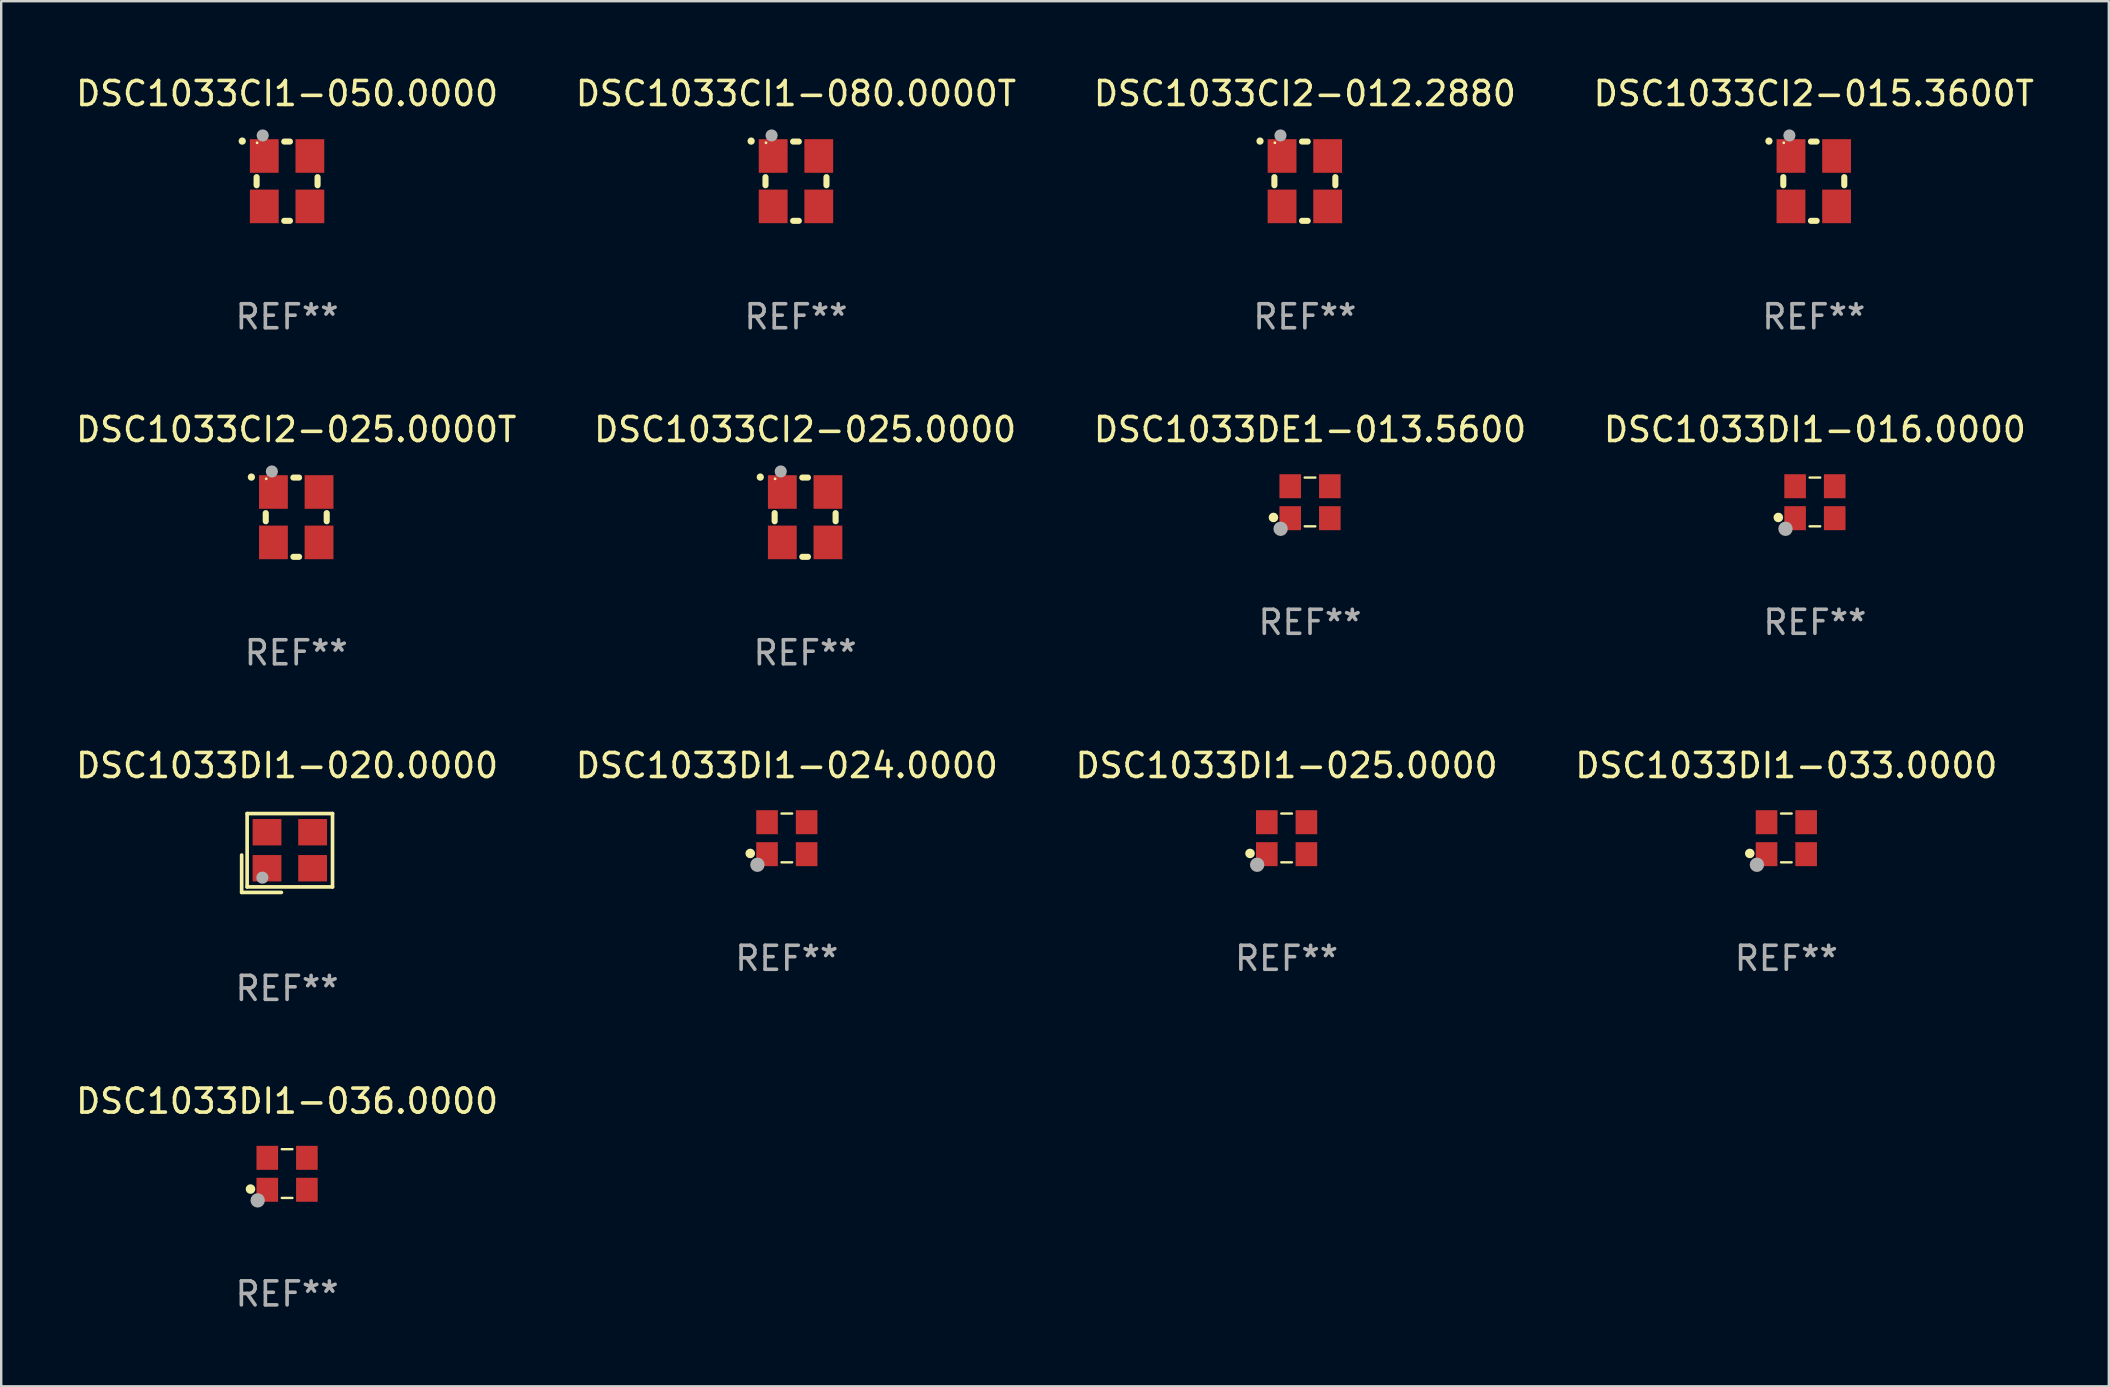
<source format=kicad_pcb>
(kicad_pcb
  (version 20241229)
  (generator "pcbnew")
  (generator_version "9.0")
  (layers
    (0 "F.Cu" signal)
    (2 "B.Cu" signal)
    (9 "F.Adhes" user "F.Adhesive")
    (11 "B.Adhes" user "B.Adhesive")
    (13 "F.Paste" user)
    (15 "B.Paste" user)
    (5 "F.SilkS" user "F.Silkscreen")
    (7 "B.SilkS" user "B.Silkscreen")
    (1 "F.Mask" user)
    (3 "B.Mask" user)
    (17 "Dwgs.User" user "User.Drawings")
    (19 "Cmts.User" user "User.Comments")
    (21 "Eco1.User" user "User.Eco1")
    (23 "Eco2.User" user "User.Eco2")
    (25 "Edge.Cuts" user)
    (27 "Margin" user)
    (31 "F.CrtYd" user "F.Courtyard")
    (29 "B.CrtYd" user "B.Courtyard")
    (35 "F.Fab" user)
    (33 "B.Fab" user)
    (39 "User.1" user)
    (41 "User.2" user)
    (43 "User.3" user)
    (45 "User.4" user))
  (footprint "DSC1033CI2-012.2880"
    (layer "F.Cu")
    (at 51.315 4.499)
    (property "Reference" "DSC1033CI2-012.2880" (at 0 -3.651 0) (layer "F.SilkS") (effects (font (size 1 1) (thickness 0.15))))
    (attr through_hole)
    (fp_line (start -1.27 -0.169) (end -1.27 0.169) (stroke (width 0.254) (type solid)) (layer "F.SilkS"))
    (fp_line (start 0.119 -1.651) (end -0.119 -1.651) (stroke (width 0.254) (type solid)) (layer "F.SilkS"))
    (fp_line (start 0.119 1.651) (end -0.119 1.651) (stroke (width 0.254) (type solid)) (layer "F.SilkS"))
    (fp_line (start 1.27 -0.169) (end 1.27 0.169) (stroke (width 0.254) (type solid)) (layer "F.SilkS"))
    (fp_arc (start -1.868631 -1.669799) (mid -1.868636 -1.671069) (end -1.868631 -1.672339) (stroke (width 0.3) (type solid)) (layer "F.SilkS"))
    (fp_circle (center -1.25 -1.6) (end -1.22 -1.6) (stroke (width 0.06) (type solid)) (fill no) (layer "F.SilkS"))
    (fp_circle (center -1.016 -1.905) (end -0.889 -1.905) (stroke (width 0.254) (type solid)) (fill no) (layer "F.Fab"))
    (fp_text user "REF**" (at 0 5.651 0) (layer "F.Fab") (effects (font (size 1 1) (thickness 0.15))))
    (pad "1" smd rect (at -0.95 -1.05 90) (size 1.4 1.2) (layers "F.Cu" "F.Mask" "F.Paste"))
    (pad "2" smd rect (at -0.95 1.05 90) (size 1.4 1.2) (layers "F.Cu" "F.Mask" "F.Paste"))
    (pad "3" smd rect (at 0.95 1.05 90) (size 1.4 1.2) (layers "F.Cu" "F.Mask" "F.Paste"))
    (pad "4" smd rect (at 0.95 -1.05 90) (size 1.4 1.2) (layers "F.Cu" "F.Mask" "F.Paste")))
  (footprint "DSC1033DE1-013.5600"
    (layer "F.Cu")
    (at 51.53 17.863)
    (property "Reference" "DSC1033DE1-013.5600" (at 0 -3.016 0) (layer "F.SilkS") (effects (font (size 1 1) (thickness 0.15))))
    (attr through_hole)
    (fp_line (start -0.221 -1.016) (end 0.221 -1.016) (stroke (width 0.1) (type solid)) (layer "F.SilkS"))
    (fp_line (start -0.221 1.016) (end 0.221 1.016) (stroke (width 0.1) (type solid)) (layer "F.SilkS"))
    (fp_circle (center -1.524 0.646) (end -1.424 0.646) (stroke (width 0.2) (type solid)) (fill no) (layer "F.SilkS"))
    (fp_circle (center -1.25 1) (end -1.22 1) (stroke (width 0.06) (type solid)) (fill no) (layer "F.SilkS"))
    (fp_circle (center -1.226 1.118) (end -1.076 1.118) (stroke (width 0.3) (type solid)) (fill no) (layer "F.Fab"))
    (fp_text user "REF**" (at 0 5.016 0) (layer "F.Fab") (effects (font (size 1 1) (thickness 0.15))))
    (pad "1" smd rect (at -0.825 0.676) (size 0.9 1) (layers "F.Cu" "F.Mask" "F.Paste"))
    (pad "2" smd rect (at 0.825 0.676) (size 0.9 1) (layers "F.Cu" "F.Mask" "F.Paste"))
    (pad "3" smd rect (at 0.825 -0.655) (size 0.9 1) (layers "F.Cu" "F.Mask" "F.Paste"))
    (pad "4" smd rect (at -0.825 -0.655) (size 0.9 1) (layers "F.Cu" "F.Mask" "F.Paste")))
  (footprint "DSC1033DI1-033.0000"
    (layer "F.Cu")
    (at 71.375 31.861)
    (property "Reference" "DSC1033DI1-033.0000" (at 0 -3.016 0) (layer "F.SilkS") (effects (font (size 1 1) (thickness 0.15))))
    (attr through_hole)
    (fp_line (start -0.221 -1.016) (end 0.221 -1.016) (stroke (width 0.1) (type solid)) (layer "F.SilkS"))
    (fp_line (start -0.221 1.016) (end 0.221 1.016) (stroke (width 0.1) (type solid)) (layer "F.SilkS"))
    (fp_circle (center -1.524 0.646) (end -1.424 0.646) (stroke (width 0.2) (type solid)) (fill no) (layer "F.SilkS"))
    (fp_circle (center -1.25 1) (end -1.22 1) (stroke (width 0.06) (type solid)) (fill no) (layer "F.SilkS"))
    (fp_circle (center -1.226 1.118) (end -1.076 1.118) (stroke (width 0.3) (type solid)) (fill no) (layer "F.Fab"))
    (fp_text user "REF**" (at 0 5.016 0) (layer "F.Fab") (effects (font (size 1 1) (thickness 0.15))))
    (pad "1" smd rect (at -0.825 0.676) (size 0.9 1) (layers "F.Cu" "F.Mask" "F.Paste"))
    (pad "2" smd rect (at 0.825 0.676) (size 0.9 1) (layers "F.Cu" "F.Mask" "F.Paste"))
    (pad "3" smd rect (at 0.825 -0.655) (size 0.9 1) (layers "F.Cu" "F.Mask" "F.Paste"))
    (pad "4" smd rect (at -0.825 -0.655) (size 0.9 1) (layers "F.Cu" "F.Mask" "F.Paste")))
  (footprint "DSC1033DI1-025.0000"
    (layer "F.Cu")
    (at 50.554 31.861)
    (property "Reference" "DSC1033DI1-025.0000" (at 0 -3.016 0) (layer "F.SilkS") (effects (font (size 1 1) (thickness 0.15))))
    (attr through_hole)
    (fp_line (start -0.221 -1.016) (end 0.221 -1.016) (stroke (width 0.1) (type solid)) (layer "F.SilkS"))
    (fp_line (start -0.221 1.016) (end 0.221 1.016) (stroke (width 0.1) (type solid)) (layer "F.SilkS"))
    (fp_circle (center -1.524 0.646) (end -1.424 0.646) (stroke (width 0.2) (type solid)) (fill no) (layer "F.SilkS"))
    (fp_circle (center -1.25 1) (end -1.22 1) (stroke (width 0.06) (type solid)) (fill no) (layer "F.SilkS"))
    (fp_circle (center -1.226 1.118) (end -1.076 1.118) (stroke (width 0.3) (type solid)) (fill no) (layer "F.Fab"))
    (fp_text user "REF**" (at 0 5.016 0) (layer "F.Fab") (effects (font (size 1 1) (thickness 0.15))))
    (pad "1" smd rect (at -0.825 0.676) (size 0.9 1) (layers "F.Cu" "F.Mask" "F.Paste"))
    (pad "2" smd rect (at 0.825 0.676) (size 0.9 1) (layers "F.Cu" "F.Mask" "F.Paste"))
    (pad "3" smd rect (at 0.825 -0.655) (size 0.9 1) (layers "F.Cu" "F.Mask" "F.Paste"))
    (pad "4" smd rect (at -0.825 -0.655) (size 0.9 1) (layers "F.Cu" "F.Mask" "F.Paste")))
  (footprint "DSC1033CI2-025.0000"
    (layer "F.Cu")
    (at 30.494 18.498)
    (property "Reference" "DSC1033CI2-025.0000" (at 0 -3.651 0) (layer "F.SilkS") (effects (font (size 1 1) (thickness 0.15))))
    (attr through_hole)
    (fp_line (start -1.27 -0.169) (end -1.27 0.169) (stroke (width 0.254) (type solid)) (layer "F.SilkS"))
    (fp_line (start 0.119 -1.651) (end -0.119 -1.651) (stroke (width 0.254) (type solid)) (layer "F.SilkS"))
    (fp_line (start 0.119 1.651) (end -0.119 1.651) (stroke (width 0.254) (type solid)) (layer "F.SilkS"))
    (fp_line (start 1.27 -0.169) (end 1.27 0.169) (stroke (width 0.254) (type solid)) (layer "F.SilkS"))
    (fp_arc (start -1.868631 -1.669799) (mid -1.868636 -1.671069) (end -1.868631 -1.672339) (stroke (width 0.3) (type solid)) (layer "F.SilkS"))
    (fp_circle (center -1.25 -1.6) (end -1.22 -1.6) (stroke (width 0.06) (type solid)) (fill no) (layer "F.SilkS"))
    (fp_circle (center -1.016 -1.905) (end -0.889 -1.905) (stroke (width 0.254) (type solid)) (fill no) (layer "F.Fab"))
    (fp_text user "REF**" (at 0 5.651 0) (layer "F.Fab") (effects (font (size 1 1) (thickness 0.15))))
    (pad "1" smd rect (at -0.95 -1.05 90) (size 1.4 1.2) (layers "F.Cu" "F.Mask" "F.Paste"))
    (pad "2" smd rect (at -0.95 1.05 90) (size 1.4 1.2) (layers "F.Cu" "F.Mask" "F.Paste"))
    (pad "3" smd rect (at 0.95 1.05 90) (size 1.4 1.2) (layers "F.Cu" "F.Mask" "F.Paste"))
    (pad "4" smd rect (at 0.95 -1.05 90) (size 1.4 1.2) (layers "F.Cu" "F.Mask" "F.Paste")))
  (footprint "DSC1033DI1-016.0000"
    (layer "F.Cu")
    (at 72.565 17.863)
    (property "Reference" "DSC1033DI1-016.0000" (at 0 -3.016 0) (layer "F.SilkS") (effects (font (size 1 1) (thickness 0.15))))
    (attr through_hole)
    (fp_line (start -0.221 -1.016) (end 0.221 -1.016) (stroke (width 0.1) (type solid)) (layer "F.SilkS"))
    (fp_line (start -0.221 1.016) (end 0.221 1.016) (stroke (width 0.1) (type solid)) (layer "F.SilkS"))
    (fp_circle (center -1.524 0.646) (end -1.424 0.646) (stroke (width 0.2) (type solid)) (fill no) (layer "F.SilkS"))
    (fp_circle (center -1.25 1) (end -1.22 1) (stroke (width 0.06) (type solid)) (fill no) (layer "F.SilkS"))
    (fp_circle (center -1.226 1.118) (end -1.076 1.118) (stroke (width 0.3) (type solid)) (fill no) (layer "F.Fab"))
    (fp_text user "REF**" (at 0 5.016 0) (layer "F.Fab") (effects (font (size 1 1) (thickness 0.15))))
    (pad "1" smd rect (at -0.825 0.676) (size 0.9 1) (layers "F.Cu" "F.Mask" "F.Paste"))
    (pad "2" smd rect (at 0.825 0.676) (size 0.9 1) (layers "F.Cu" "F.Mask" "F.Paste"))
    (pad "3" smd rect (at 0.825 -0.655) (size 0.9 1) (layers "F.Cu" "F.Mask" "F.Paste"))
    (pad "4" smd rect (at -0.825 -0.655) (size 0.9 1) (layers "F.Cu" "F.Mask" "F.Paste")))
  (footprint "DSC1033CI1-080.0000T"
    (layer "F.Cu")
    (at 30.113 4.499)
    (property "Reference" "DSC1033CI1-080.0000T" (at 0 -3.651 0) (layer "F.SilkS") (effects (font (size 1 1) (thickness 0.15))))
    (attr through_hole)
    (fp_line (start -1.27 -0.169) (end -1.27 0.169) (stroke (width 0.254) (type solid)) (layer "F.SilkS"))
    (fp_line (start 0.119 -1.651) (end -0.119 -1.651) (stroke (width 0.254) (type solid)) (layer "F.SilkS"))
    (fp_line (start 0.119 1.651) (end -0.119 1.651) (stroke (width 0.254) (type solid)) (layer "F.SilkS"))
    (fp_line (start 1.27 -0.169) (end 1.27 0.169) (stroke (width 0.254) (type solid)) (layer "F.SilkS"))
    (fp_arc (start -1.868631 -1.669799) (mid -1.868636 -1.671069) (end -1.868631 -1.672339) (stroke (width 0.3) (type solid)) (layer "F.SilkS"))
    (fp_circle (center -1.25 -1.6) (end -1.22 -1.6) (stroke (width 0.06) (type solid)) (fill no) (layer "F.SilkS"))
    (fp_circle (center -1.016 -1.905) (end -0.889 -1.905) (stroke (width 0.254) (type solid)) (fill no) (layer "F.Fab"))
    (fp_text user "REF**" (at 0 5.651 0) (layer "F.Fab") (effects (font (size 1 1) (thickness 0.15))))
    (pad "1" smd rect (at -0.95 -1.05 90) (size 1.4 1.2) (layers "F.Cu" "F.Mask" "F.Paste"))
    (pad "2" smd rect (at -0.95 1.05 90) (size 1.4 1.2) (layers "F.Cu" "F.Mask" "F.Paste"))
    (pad "3" smd rect (at 0.95 1.05 90) (size 1.4 1.2) (layers "F.Cu" "F.Mask" "F.Paste"))
    (pad "4" smd rect (at 0.95 -1.05 90) (size 1.4 1.2) (layers "F.Cu" "F.Mask" "F.Paste")))
  (footprint "DSC1033CI2-025.0000T"
    (layer "F.Cu")
    (at 9.292 18.498)
    (property "Reference" "DSC1033CI2-025.0000T" (at 0 -3.651 0) (layer "F.SilkS") (effects (font (size 1 1) (thickness 0.15))))
    (attr through_hole)
    (fp_line (start -1.27 -0.169) (end -1.27 0.169) (stroke (width 0.254) (type solid)) (layer "F.SilkS"))
    (fp_line (start 0.119 -1.651) (end -0.119 -1.651) (stroke (width 0.254) (type solid)) (layer "F.SilkS"))
    (fp_line (start 0.119 1.651) (end -0.119 1.651) (stroke (width 0.254) (type solid)) (layer "F.SilkS"))
    (fp_line (start 1.27 -0.169) (end 1.27 0.169) (stroke (width 0.254) (type solid)) (layer "F.SilkS"))
    (fp_arc (start -1.868631 -1.669799) (mid -1.868636 -1.671069) (end -1.868631 -1.672339) (stroke (width 0.3) (type solid)) (layer "F.SilkS"))
    (fp_circle (center -1.25 -1.6) (end -1.22 -1.6) (stroke (width 0.06) (type solid)) (fill no) (layer "F.SilkS"))
    (fp_circle (center -1.016 -1.905) (end -0.889 -1.905) (stroke (width 0.254) (type solid)) (fill no) (layer "F.Fab"))
    (fp_text user "REF**" (at 0 5.651 0) (layer "F.Fab") (effects (font (size 1 1) (thickness 0.15))))
    (pad "1" smd rect (at -0.95 -1.05 90) (size 1.4 1.2) (layers "F.Cu" "F.Mask" "F.Paste"))
    (pad "2" smd rect (at -0.95 1.05 90) (size 1.4 1.2) (layers "F.Cu" "F.Mask" "F.Paste"))
    (pad "3" smd rect (at 0.95 1.05 90) (size 1.4 1.2) (layers "F.Cu" "F.Mask" "F.Paste"))
    (pad "4" smd rect (at 0.95 -1.05 90) (size 1.4 1.2) (layers "F.Cu" "F.Mask" "F.Paste")))
  (footprint "DSC1033DI1-024.0000"
    (layer "F.Cu")
    (at 29.732 31.861)
    (property "Reference" "DSC1033DI1-024.0000" (at 0 -3.016 0) (layer "F.SilkS") (effects (font (size 1 1) (thickness 0.15))))
    (attr through_hole)
    (fp_line (start -0.221 -1.016) (end 0.221 -1.016) (stroke (width 0.1) (type solid)) (layer "F.SilkS"))
    (fp_line (start -0.221 1.016) (end 0.221 1.016) (stroke (width 0.1) (type solid)) (layer "F.SilkS"))
    (fp_circle (center -1.524 0.646) (end -1.424 0.646) (stroke (width 0.2) (type solid)) (fill no) (layer "F.SilkS"))
    (fp_circle (center -1.25 1) (end -1.22 1) (stroke (width 0.06) (type solid)) (fill no) (layer "F.SilkS"))
    (fp_circle (center -1.226 1.118) (end -1.076 1.118) (stroke (width 0.3) (type solid)) (fill no) (layer "F.Fab"))
    (fp_text user "REF**" (at 0 5.016 0) (layer "F.Fab") (effects (font (size 1 1) (thickness 0.15))))
    (pad "1" smd rect (at -0.825 0.676) (size 0.9 1) (layers "F.Cu" "F.Mask" "F.Paste"))
    (pad "2" smd rect (at 0.825 0.676) (size 0.9 1) (layers "F.Cu" "F.Mask" "F.Paste"))
    (pad "3" smd rect (at 0.825 -0.655) (size 0.9 1) (layers "F.Cu" "F.Mask" "F.Paste"))
    (pad "4" smd rect (at -0.825 -0.655) (size 0.9 1) (layers "F.Cu" "F.Mask" "F.Paste")))
  (footprint "DSC1033CI1-050.0000"
    (layer "F.Cu")
    (at 8.911 4.499)
    (property "Reference" "DSC1033CI1-050.0000" (at 0 -3.651 0) (layer "F.SilkS") (effects (font (size 1 1) (thickness 0.15))))
    (attr through_hole)
    (fp_line (start -1.27 -0.169) (end -1.27 0.169) (stroke (width 0.254) (type solid)) (layer "F.SilkS"))
    (fp_line (start 0.119 -1.651) (end -0.119 -1.651) (stroke (width 0.254) (type solid)) (layer "F.SilkS"))
    (fp_line (start 0.119 1.651) (end -0.119 1.651) (stroke (width 0.254) (type solid)) (layer "F.SilkS"))
    (fp_line (start 1.27 -0.169) (end 1.27 0.169) (stroke (width 0.254) (type solid)) (layer "F.SilkS"))
    (fp_arc (start -1.868631 -1.669799) (mid -1.868636 -1.671069) (end -1.868631 -1.672339) (stroke (width 0.3) (type solid)) (layer "F.SilkS"))
    (fp_circle (center -1.25 -1.6) (end -1.22 -1.6) (stroke (width 0.06) (type solid)) (fill no) (layer "F.SilkS"))
    (fp_circle (center -1.016 -1.905) (end -0.889 -1.905) (stroke (width 0.254) (type solid)) (fill no) (layer "F.Fab"))
    (fp_text user "REF**" (at 0 5.651 0) (layer "F.Fab") (effects (font (size 1 1) (thickness 0.15))))
    (pad "1" smd rect (at -0.95 -1.05 90) (size 1.4 1.2) (layers "F.Cu" "F.Mask" "F.Paste"))
    (pad "2" smd rect (at -0.95 1.05 90) (size 1.4 1.2) (layers "F.Cu" "F.Mask" "F.Paste"))
    (pad "3" smd rect (at 0.95 1.05 90) (size 1.4 1.2) (layers "F.Cu" "F.Mask" "F.Paste"))
    (pad "4" smd rect (at 0.95 -1.05 90) (size 1.4 1.2) (layers "F.Cu" "F.Mask" "F.Paste")))
  (footprint "DSC1033CI2-015.3600T"
    (layer "F.Cu")
    (at 72.518 4.499)
    (property "Reference" "DSC1033CI2-015.3600T" (at 0 -3.651 0) (layer "F.SilkS") (effects (font (size 1 1) (thickness 0.15))))
    (attr through_hole)
    (fp_line (start -1.27 -0.169) (end -1.27 0.169) (stroke (width 0.254) (type solid)) (layer "F.SilkS"))
    (fp_line (start 0.119 -1.651) (end -0.119 -1.651) (stroke (width 0.254) (type solid)) (layer "F.SilkS"))
    (fp_line (start 0.119 1.651) (end -0.119 1.651) (stroke (width 0.254) (type solid)) (layer "F.SilkS"))
    (fp_line (start 1.27 -0.169) (end 1.27 0.169) (stroke (width 0.254) (type solid)) (layer "F.SilkS"))
    (fp_arc (start -1.868631 -1.669799) (mid -1.868636 -1.671069) (end -1.868631 -1.672339) (stroke (width 0.3) (type solid)) (layer "F.SilkS"))
    (fp_circle (center -1.25 -1.6) (end -1.22 -1.6) (stroke (width 0.06) (type solid)) (fill no) (layer "F.SilkS"))
    (fp_circle (center -1.016 -1.905) (end -0.889 -1.905) (stroke (width 0.254) (type solid)) (fill no) (layer "F.Fab"))
    (fp_text user "REF**" (at 0 5.651 0) (layer "F.Fab") (effects (font (size 1 1) (thickness 0.15))))
    (pad "1" smd rect (at -0.95 -1.05 90) (size 1.4 1.2) (layers "F.Cu" "F.Mask" "F.Paste"))
    (pad "2" smd rect (at -0.95 1.05 90) (size 1.4 1.2) (layers "F.Cu" "F.Mask" "F.Paste"))
    (pad "3" smd rect (at 0.95 1.05 90) (size 1.4 1.2) (layers "F.Cu" "F.Mask" "F.Paste"))
    (pad "4" smd rect (at 0.95 -1.05 90) (size 1.4 1.2) (layers "F.Cu" "F.Mask" "F.Paste")))
  (footprint "DSC1033DI1-036.0000"
    (layer "F.Cu")
    (at 8.911 45.844)
    (property "Reference" "DSC1033DI1-036.0000" (at 0 -3.016 0) (layer "F.SilkS") (effects (font (size 1 1) (thickness 0.15))))
    (attr through_hole)
    (fp_line (start -0.221 -1.016) (end 0.221 -1.016) (stroke (width 0.1) (type solid)) (layer "F.SilkS"))
    (fp_line (start -0.221 1.016) (end 0.221 1.016) (stroke (width 0.1) (type solid)) (layer "F.SilkS"))
    (fp_circle (center -1.524 0.646) (end -1.424 0.646) (stroke (width 0.2) (type solid)) (fill no) (layer "F.SilkS"))
    (fp_circle (center -1.25 1) (end -1.22 1) (stroke (width 0.06) (type solid)) (fill no) (layer "F.SilkS"))
    (fp_circle (center -1.226 1.118) (end -1.076 1.118) (stroke (width 0.3) (type solid)) (fill no) (layer "F.Fab"))
    (fp_text user "REF**" (at 0 5.016 0) (layer "F.Fab") (effects (font (size 1 1) (thickness 0.15))))
    (pad "1" smd rect (at -0.825 0.676) (size 0.9 1) (layers "F.Cu" "F.Mask" "F.Paste"))
    (pad "2" smd rect (at 0.825 0.676) (size 0.9 1) (layers "F.Cu" "F.Mask" "F.Paste"))
    (pad "3" smd rect (at 0.825 -0.655) (size 0.9 1) (layers "F.Cu" "F.Mask" "F.Paste"))
    (pad "4" smd rect (at -0.825 -0.655) (size 0.9 1) (layers "F.Cu" "F.Mask" "F.Paste")))
  (footprint "DSC1033DI1-020.0000"
    (layer "F.Cu")
    (at 8.911 32.488)
    (property "Reference" "DSC1033DI1-020.0000" (at 0 -3.643 0) (layer "F.SilkS") (effects (font (size 1 1) (thickness 0.15))))
    (attr through_hole)
    (fp_line (start -1.893 0.086) (end -1.893 1.643) (stroke (width 0.152) (type solid)) (layer "F.SilkS"))
    (fp_line (start -1.893 1.643) (end -0.237 1.643) (stroke (width 0.152) (type solid)) (layer "F.SilkS"))
    (fp_line (start -1.665 -1.643) (end 1.893 -1.643) (stroke (width 0.152) (type solid)) (layer "F.SilkS"))
    (fp_line (start -1.665 1.414) (end -1.665 -1.643) (stroke (width 0.152) (type solid)) (layer "F.SilkS"))
    (fp_line (start 1.893 -1.643) (end 1.893 1.414) (stroke (width 0.152) (type solid)) (layer "F.SilkS"))
    (fp_line (start 1.893 1.414) (end -1.665 1.414) (stroke (width 0.152) (type solid)) (layer "F.SilkS"))
    (fp_circle (center -1.136 0.885) (end -1.106 0.885) (stroke (width 0.06) (type solid)) (fill no) (layer "F.SilkS"))
    (fp_circle (center -1.029 1.028) (end -0.902 1.028) (stroke (width 0.254) (type solid)) (fill no) (layer "F.Fab"))
    (fp_text user "REF**" (at 0 5.643 0) (layer "F.Fab") (effects (font (size 1 1) (thickness 0.15))))
    (pad "1" smd rect (at -0.836 0.636) (size 1.2 1.1) (layers "F.Cu" "F.Mask" "F.Paste"))
    (pad "2" smd rect (at 1.064 0.636) (size 1.2 1.1) (layers "F.Cu" "F.Mask" "F.Paste"))
    (pad "3" smd rect (at 1.064 -0.865) (size 1.2 1.1) (layers "F.Cu" "F.Mask" "F.Paste"))
    (pad "4" smd rect (at -0.836 -0.865) (size 1.2 1.1) (layers "F.Cu" "F.Mask" "F.Paste")))
  (gr_rect
    (start -3 -3)
    (end 84.81 54.708)
    (stroke (width 0.1) (type default))
    (fill no)
    (layer "Edge.Cuts")))
</source>
